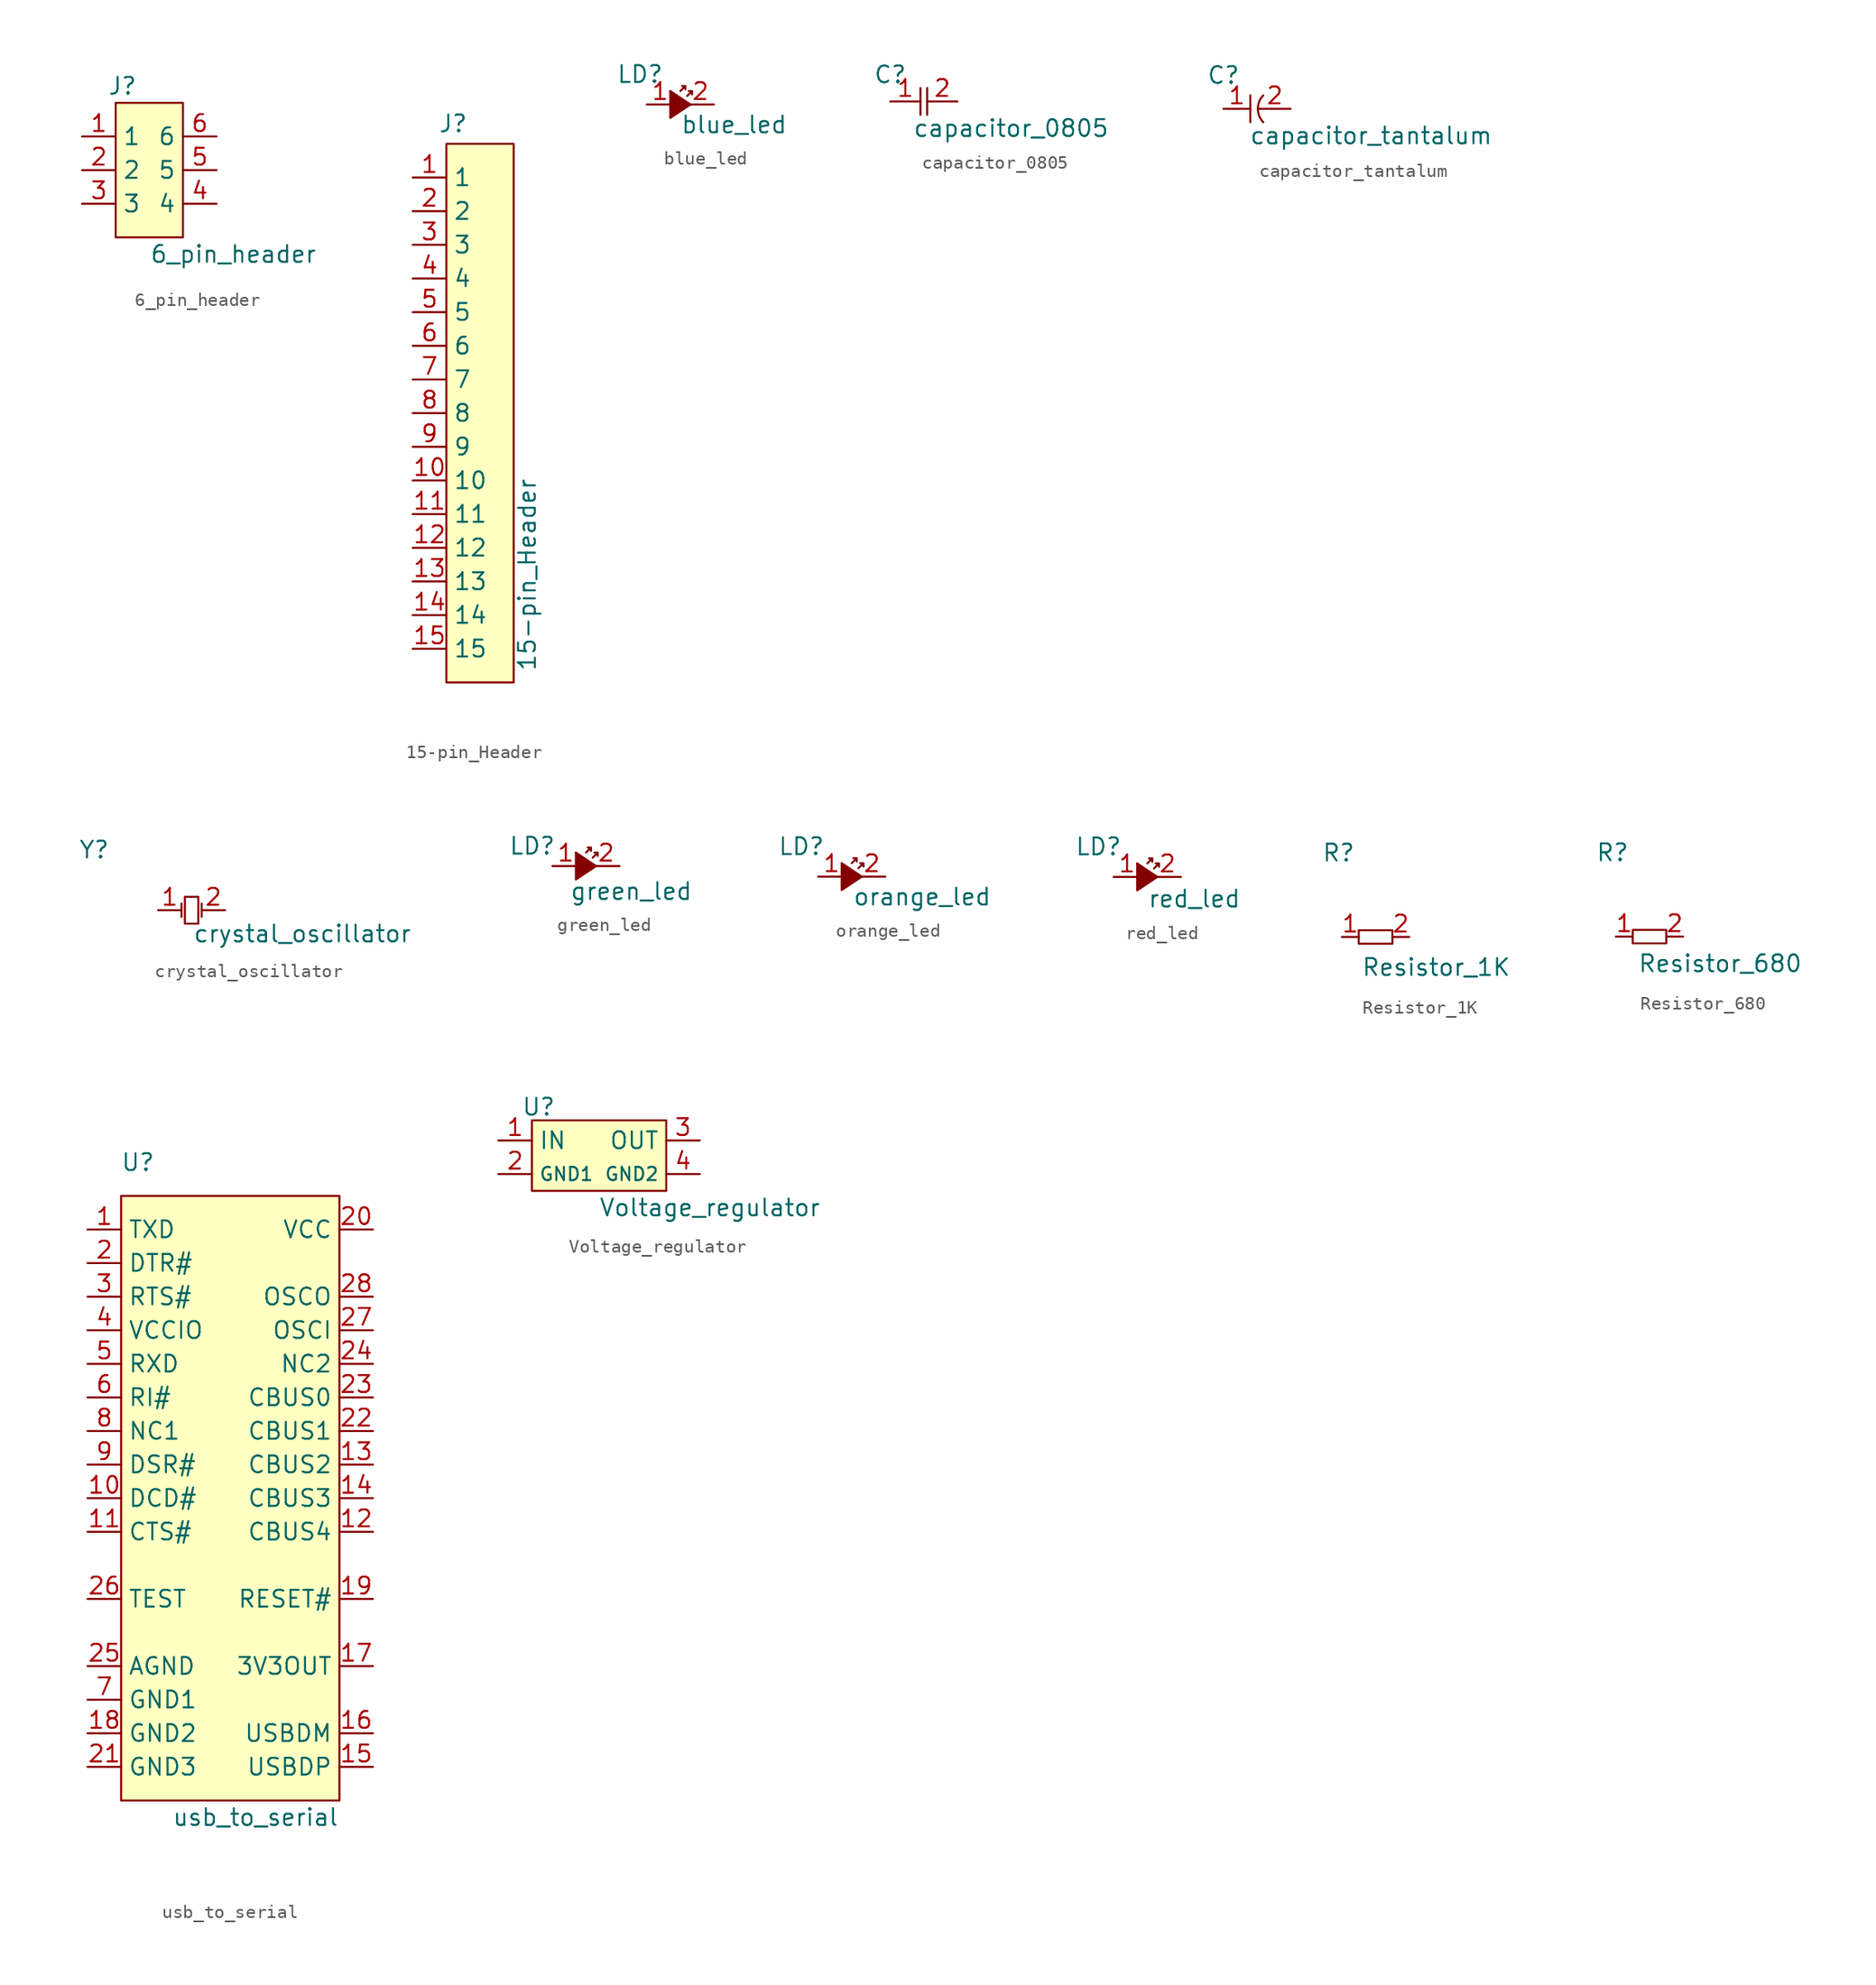
<source format=kicad_sym>
(kicad_symbol_lib
  (version 20211014)
  (generator kicad_symbol_editor)
  (symbol "6_pin_header"
    (property "Reference" "J"
      (at -2.032 6.35 0)
      (effects (font (size 1.27 1.27))))
    (property "Value" "6_pin_header"
      (at 6.35 -6.35 0)
      (effects (font (size 1.27 1.27))))
    (symbol "6_pin_header_0_1"
      (rectangle (start -2.54 5.08) (end 2.54 -5.08) (stroke (width 0) (type default) (color 0 0 0 0)) (fill (type background))))
    (symbol "6_pin_header_1_1"
      (pin bidirectional line (at -5.08 2.54 0) (length 2.54) (name "1" (effects (font (size 1.27 1.27)))) (number "1" (effects (font (size 1.27 1.27)))))
      (pin bidirectional line (at -5.08 0 0) (length 2.54) (name "2" (effects (font (size 1.27 1.27)))) (number "2" (effects (font (size 1.27 1.27)))))
      (pin bidirectional line (at -5.08 -2.54 0) (length 2.54) (name "3" (effects (font (size 1.27 1.27)))) (number "3" (effects (font (size 1.27 1.27)))))
      (pin bidirectional line (at 5.08 -2.54 180) (length 2.54) (name "4" (effects (font (size 1.27 1.27)))) (number "4" (effects (font (size 1.27 1.27)))))
      (pin bidirectional line (at 5.08 0 180) (length 2.54) (name "5" (effects (font (size 1.27 1.27)))) (number "5" (effects (font (size 1.27 1.27)))))
      (pin bidirectional line (at 5.08 2.54 180) (length 2.54) (name "6" (effects (font (size 1.27 1.27)))) (number "6" (effects (font (size 1.27 1.27)))))))
  (symbol "15-pin_Header"
    (property "Reference" "J"
      (at -0.762 21.844 0)
      (effects (font (size 1.27 1.27))))
    (property "Value" "15-pin_Header"
      (at 4.826 -12.192 90)
      (effects (font (size 1.27 1.27))))
    (symbol "15-pin_Header_0_1"
      (rectangle (start -1.27 20.32) (end 3.81 -20.32) (stroke (width 0) (type default) (color 0 0 0 0)) (fill (type background))))
    (symbol "15-pin_Header_1_1"
      (pin bidirectional line (at -3.81 17.78 0) (length 2.54) (name "1" (effects (font (size 1.27 1.27)))) (number "1" (effects (font (size 1.27 1.27)))))
      (pin bidirectional line (at -3.81 -5.08 0) (length 2.54) (name "10" (effects (font (size 1.27 1.27)))) (number "10" (effects (font (size 1.27 1.27)))))
      (pin bidirectional line (at -3.81 -7.62 0) (length 2.54) (name "11" (effects (font (size 1.27 1.27)))) (number "11" (effects (font (size 1.27 1.27)))))
      (pin bidirectional line (at -3.81 -10.16 0) (length 2.54) (name "12" (effects (font (size 1.27 1.27)))) (number "12" (effects (font (size 1.27 1.27)))))
      (pin bidirectional line (at -3.81 -12.7 0) (length 2.54) (name "13" (effects (font (size 1.27 1.27)))) (number "13" (effects (font (size 1.27 1.27)))))
      (pin bidirectional line (at -3.81 -15.24 0) (length 2.54) (name "14" (effects (font (size 1.27 1.27)))) (number "14" (effects (font (size 1.27 1.27)))))
      (pin bidirectional line (at -3.81 -17.78 0) (length 2.54) (name "15" (effects (font (size 1.27 1.27)))) (number "15" (effects (font (size 1.27 1.27)))))
      (pin bidirectional line (at -3.81 15.24 0) (length 2.54) (name "2" (effects (font (size 1.27 1.27)))) (number "2" (effects (font (size 1.27 1.27)))))
      (pin bidirectional line (at -3.81 12.7 0) (length 2.54) (name "3" (effects (font (size 1.27 1.27)))) (number "3" (effects (font (size 1.27 1.27)))))
      (pin bidirectional line (at -3.81 10.16 0) (length 2.54) (name "4" (effects (font (size 1.27 1.27)))) (number "4" (effects (font (size 1.27 1.27)))))
      (pin bidirectional line (at -3.81 7.62 0) (length 2.54) (name "5" (effects (font (size 1.27 1.27)))) (number "5" (effects (font (size 1.27 1.27)))))
      (pin bidirectional line (at -3.81 5.08 0) (length 2.54) (name "6" (effects (font (size 1.27 1.27)))) (number "6" (effects (font (size 1.27 1.27)))))
      (pin bidirectional line (at -3.81 2.54 0) (length 2.54) (name "7" (effects (font (size 1.27 1.27)))) (number "7" (effects (font (size 1.27 1.27)))))
      (pin bidirectional line (at -3.81 0 0) (length 2.54) (name "8" (effects (font (size 1.27 1.27)))) (number "8" (effects (font (size 1.27 1.27)))))
      (pin bidirectional line (at -3.81 -2.54 0) (length 2.54) (name "9" (effects (font (size 1.27 1.27)))) (number "9" (effects (font (size 1.27 1.27)))))))
  (symbol "blue_led"
    (property "Reference" "LD"
      (at -3.048 2.54 0)
      (effects (font (size 1.27 1.27))))
    (property "Value" "blue_led"
      (at 4.064 -1.27 0)
      (effects (font (size 1.27 1.27))))
    (symbol "blue_led_0_1"
      (polyline (pts (xy -0.762 1.27) (xy 0.762 0.254)) (stroke (width 0) (type default) (color 0 0 0 0)) (fill (type none)))
      (polyline (pts (xy -0.762 1.27) (xy -0.762 -0.762) (xy 0.762 0.254)) (stroke (width 0) (type default) (color 0 0 0 0)) (fill (type outline)))
      (polyline (pts (xy 0 1.27) (xy 0.381 1.651) (xy 0.127 1.651) (xy 0.381 1.651) (xy 0.381 1.397)) (stroke (width 0) (type default) (color 0 0 0 0)) (fill (type none)))
      (polyline (pts (xy 0.508 0.889) (xy 0.889 1.27) (xy 0.635 1.27) (xy 0.889 1.27) (xy 0.889 1.016)) (stroke (width 0) (type default) (color 0 0 0 0)) (fill (type none))))
    (symbol "blue_led_1_1"
      (pin bidirectional line (at -2.54 0.254 0) (length 2.032) (name "~" (effects (font (size 1.27 1.27)))) (number "1" (effects (font (size 1.27 1.27)))))
      (pin bidirectional line (at 2.54 0.254 180) (length 2.032) (name "~" (effects (font (size 1.27 1.27)))) (number "2" (effects (font (size 1.27 1.27)))))))
  (symbol "capacitor_0805"
    (property "Reference" "C"
      (at -2.54 2.032 0)
      (effects (font (size 1.27 1.27))))
    (property "Value" "capacitor_0805"
      (at 6.604 -2.032 0)
      (effects (font (size 1.27 1.27))))
    (symbol "capacitor_0805_0_1"
      (polyline (pts (xy -0.254 1.016) (xy -0.254 -1.016)) (stroke (width 0) (type default) (color 0 0 0 0)) (fill (type none)))
      (polyline (pts (xy 0.254 -1.016) (xy 0.254 1.016)) (stroke (width 0) (type default) (color 0 0 0 0)) (fill (type none))))
    (symbol "capacitor_0805_1_1"
      (pin bidirectional line (at -2.54 0 0) (length 2.286) (name "~" (effects (font (size 1.27 1.27)))) (number "1" (effects (font (size 1.27 1.27)))))
      (pin bidirectional line (at 2.54 0 180) (length 2.286) (name "~" (effects (font (size 1.27 1.27)))) (number "2" (effects (font (size 1.27 1.27)))))))
  (symbol "capacitor_tantalum"
    (property "Reference" "C"
      (at -2.54 2.54 0)
      (effects (font (size 1.27 1.27))))
    (property "Value" "capacitor_tantalum"
      (at 8.636 -2.032 0)
      (effects (font (size 1.27 1.27))))
    (symbol "capacitor_tantalum_0_1"
      (polyline (pts (xy -0.508 1.016) (xy -0.508 -1.016)) (stroke (width 0) (type default) (color 0 0 0 0)) (fill (type none)))
      (arc (start 0.4714 1.016) (mid 0.0622 0) (end 0.4714 -1.016) (stroke (width 0) (type default) (color 0 0 0 0)) (fill (type none))))
    (symbol "capacitor_tantalum_1_1"
      (pin bidirectional line (at -2.54 0 0) (length 2.032) (name "~" (effects (font (size 1.27 1.27)))) (number "1" (effects (font (size 1.27 1.27)))))
      (pin bidirectional line (at 2.54 0 180) (length 2.4) (name "~" (effects (font (size 1.27 1.27)))) (number "2" (effects (font (size 1.27 1.27)))))))
  (symbol "crystal_oscillator"
    (property "Reference" "Y"
      (at -7.366 4.572 0)
      (effects (font (size 1.27 1.27))))
    (property "Value" "crystal_oscillator"
      (at 8.382 -1.778 0)
      (effects (font (size 1.27 1.27))))
    (symbol "crystal_oscillator_0_1"
      (rectangle (start -0.508 1.016) (end 0.508 -1.016) (stroke (width 0) (type default) (color 0 0 0 0)) (fill (type none)))
      (polyline (pts (xy -0.762 0.508) (xy -0.762 -0.508)) (stroke (width 0) (type default) (color 0 0 0 0)) (fill (type none)))
      (polyline (pts (xy 0.762 0.508) (xy 0.762 -0.508)) (stroke (width 0) (type default) (color 0 0 0 0)) (fill (type none))))
    (symbol "crystal_oscillator_1_1"
      (pin bidirectional line (at -2.54 0 0) (length 1.778) (name "~" (effects (font (size 1.27 1.27)))) (number "1" (effects (font (size 1.27 1.27)))))
      (pin bidirectional line (at 2.54 0 180) (length 1.778) (name "~" (effects (font (size 1.27 1.27)))) (number "2" (effects (font (size 1.27 1.27)))))))
  (symbol "green_led"
    (property "Reference" "LD"
      (at -2.794 1.524 0)
      (effects (font (size 1.27 1.27))))
    (property "Value" "green_led"
      (at 4.699 -1.905 0)
      (effects (font (size 1.27 1.27))))
    (symbol "green_led_0_1"
      (polyline (pts (xy 0.508 1.016) (xy 2.032 0)) (stroke (width 0) (type default) (color 0 0 0 0)) (fill (type none)))
      (polyline (pts (xy 0.508 1.016) (xy 0.508 -1.016) (xy 2.032 0)) (stroke (width 0) (type default) (color 0 0 0 0)) (fill (type outline)))
      (polyline (pts (xy 1.27 1.016) (xy 1.651 1.397) (xy 1.397 1.397) (xy 1.651 1.397) (xy 1.651 1.143)) (stroke (width 0) (type default) (color 0 0 0 0)) (fill (type none)))
      (polyline (pts (xy 1.778 0.635) (xy 2.159 1.016) (xy 1.905 1.016) (xy 2.159 1.016) (xy 2.159 0.762)) (stroke (width 0) (type default) (color 0 0 0 0)) (fill (type none))))
    (symbol "green_led_1_1"
      (pin bidirectional line (at -1.27 0 0) (length 2.032) (name "~" (effects (font (size 1.27 1.27)))) (number "1" (effects (font (size 1.27 1.27)))))
      (pin bidirectional line (at 3.81 0 180) (length 2.032) (name "~" (effects (font (size 1.27 1.27)))) (number "2" (effects (font (size 1.27 1.27)))))))
  (symbol "orange_led"
    (property "Reference" "LD"
      (at -3.81 2.286 0)
      (effects (font (size 1.27 1.27))))
    (property "Value" "orange_led"
      (at 5.334 -1.524 0)
      (effects (font (size 1.27 1.27))))
    (symbol "orange_led_0_1"
      (polyline (pts (xy -0.762 1.016) (xy 0.762 0)) (stroke (width 0) (type default) (color 0 0 0 0)) (fill (type none)))
      (polyline (pts (xy -0.762 1.016) (xy -0.762 -1.016) (xy 0.762 0)) (stroke (width 0) (type default) (color 0 0 0 0)) (fill (type outline)))
      (polyline (pts (xy 0 1.016) (xy 0.381 1.397) (xy 0.127 1.397) (xy 0.381 1.397) (xy 0.381 1.143)) (stroke (width 0) (type default) (color 0 0 0 0)) (fill (type none)))
      (polyline (pts (xy 0.508 0.635) (xy 0.889 1.016) (xy 0.635 1.016) (xy 0.889 1.016) (xy 0.889 0.762)) (stroke (width 0) (type default) (color 0 0 0 0)) (fill (type none))))
    (symbol "orange_led_1_1"
      (pin bidirectional line (at -2.54 0 0) (length 2.032) (name "~" (effects (font (size 1.27 1.27)))) (number "1" (effects (font (size 1.27 1.27)))))
      (pin bidirectional line (at 2.54 0 180) (length 2.032) (name "~" (effects (font (size 1.27 1.27)))) (number "2" (effects (font (size 1.27 1.27)))))))
  (symbol "red_led"
    (property "Reference" "LD"
      (at -3.683 2.286 0)
      (effects (font (size 1.27 1.27))))
    (property "Value" "red_led"
      (at 3.556 -1.651 0)
      (effects (font (size 1.27 1.27))))
    (symbol "red_led_0_1"
      (polyline (pts (xy -0.762 1.016) (xy 0.762 0)) (stroke (width 0) (type default) (color 0 0 0 0)) (fill (type none)))
      (polyline (pts (xy -0.762 1.016) (xy -0.762 -1.016) (xy 0.762 0)) (stroke (width 0) (type default) (color 0 0 0 0)) (fill (type outline)))
      (polyline (pts (xy 0 1.016) (xy 0.381 1.397) (xy 0.127 1.397) (xy 0.381 1.397) (xy 0.381 1.143)) (stroke (width 0) (type default) (color 0 0 0 0)) (fill (type none)))
      (polyline (pts (xy 0.508 0.635) (xy 0.889 1.016) (xy 0.635 1.016) (xy 0.889 1.016) (xy 0.889 0.762)) (stroke (width 0) (type default) (color 0 0 0 0)) (fill (type none))))
    (symbol "red_led_1_1"
      (pin bidirectional line (at -2.54 0 0) (length 2.032) (name "~" (effects (font (size 1.27 1.27)))) (number "1" (effects (font (size 1.27 1.27)))))
      (pin bidirectional line (at 2.54 0 180) (length 2.032) (name "~" (effects (font (size 1.27 1.27)))) (number "2" (effects (font (size 1.27 1.27)))))))
  (symbol "Resistor_1K"
    (property "Reference" "R"
      (at -2.794 6.35 0)
      (effects (font (size 1.27 1.27))))
    (property "Value" "Resistor_1K"
      (at 4.572 -2.286 0)
      (effects (font (size 1.27 1.27))))
    (symbol "Resistor_1K_0_1"
      (rectangle (start -1.27 0.508) (end 1.27 -0.508) (stroke (width 0) (type default) (color 0 0 0 0)) (fill (type none))))
    (symbol "Resistor_1K_1_1"
      (pin input line (at -2.54 0 0) (length 1.27) (name "~" (effects (font (size 1.27 1.27)))) (number "1" (effects (font (size 1.27 1.27)))))
      (pin input line (at 2.54 0 180) (length 1.27) (name "~" (effects (font (size 1.27 1.27)))) (number "2" (effects (font (size 1.27 1.27)))))))
  (symbol "Resistor_680"
    (property "Reference" "R"
      (at -2.794 6.35 0)
      (effects (font (size 1.27 1.27))))
    (property "Value" "Resistor_680"
      (at 5.334 -2.032 0)
      (effects (font (size 1.27 1.27))))
    (symbol "Resistor_680_0_1"
      (rectangle (start -1.27 0.508) (end 1.27 -0.508) (stroke (width 0) (type default) (color 0 0 0 0)) (fill (type none))))
    (symbol "Resistor_680_1_1"
      (pin input line (at -2.54 0 0) (length 1.27) (name "~" (effects (font (size 1.27 1.27)))) (number "1" (effects (font (size 1.27 1.27)))))
      (pin input line (at 2.54 0 180) (length 1.27) (name "~" (effects (font (size 1.27 1.27)))) (number "2" (effects (font (size 1.27 1.27)))))))
  (symbol "usb_to_serial"
    (property "Reference" "U"
      (at -6.35 22.86 0)
      (effects (font (size 1.27 1.27))))
    (property "Value" "usb_to_serial"
      (at 2.54 -26.67 0)
      (effects (font (size 1.27 1.27))))
    (symbol "usb_to_serial_0_1"
      (rectangle (start -7.62 20.32) (end 8.89 -25.4) (stroke (width 0) (type default) (color 0 0 0 0)) (fill (type background))))
    (symbol "usb_to_serial_1_1"
      (pin bidirectional line (at -10.16 17.78 0) (length 2.54) (name "TXD" (effects (font (size 1.27 1.27)))) (number "1" (effects (font (size 1.27 1.27)))))
      (pin bidirectional line (at -10.16 -2.54 0) (length 2.54) (name "DCD#" (effects (font (size 1.27 1.27)))) (number "10" (effects (font (size 1.27 1.27)))))
      (pin bidirectional line (at -10.16 -5.08 0) (length 2.54) (name "CTS#" (effects (font (size 1.27 1.27)))) (number "11" (effects (font (size 1.27 1.27)))))
      (pin bidirectional line (at 11.43 -5.08 180) (length 2.54) (name "CBUS4" (effects (font (size 1.27 1.27)))) (number "12" (effects (font (size 1.27 1.27)))))
      (pin bidirectional line (at 11.43 0 180) (length 2.54) (name "CBUS2" (effects (font (size 1.27 1.27)))) (number "13" (effects (font (size 1.27 1.27)))))
      (pin bidirectional line (at 11.43 -2.54 180) (length 2.54) (name "CBUS3" (effects (font (size 1.27 1.27)))) (number "14" (effects (font (size 1.27 1.27)))))
      (pin bidirectional line (at 11.43 -22.86 180) (length 2.54) (name "USBDP" (effects (font (size 1.27 1.27)))) (number "15" (effects (font (size 1.27 1.27)))))
      (pin bidirectional line (at 11.43 -20.32 180) (length 2.54) (name "USBDM" (effects (font (size 1.27 1.27)))) (number "16" (effects (font (size 1.27 1.27)))))
      (pin bidirectional line (at 11.43 -15.24 180) (length 2.54) (name "3V3OUT" (effects (font (size 1.27 1.27)))) (number "17" (effects (font (size 1.27 1.27)))))
      (pin bidirectional line (at -10.16 -20.32 0) (length 2.54) (name "GND2" (effects (font (size 1.27 1.27)))) (number "18" (effects (font (size 1.27 1.27)))))
      (pin bidirectional line (at 11.43 -10.16 180) (length 2.54) (name "RESET#" (effects (font (size 1.27 1.27)))) (number "19" (effects (font (size 1.27 1.27)))))
      (pin bidirectional line (at -10.16 15.24 0) (length 2.54) (name "DTR#" (effects (font (size 1.27 1.27)))) (number "2" (effects (font (size 1.27 1.27)))))
      (pin bidirectional line (at 11.43 17.78 180) (length 2.54) (name "VCC" (effects (font (size 1.27 1.27)))) (number "20" (effects (font (size 1.27 1.27)))))
      (pin bidirectional line (at -10.16 -22.86 0) (length 2.54) (name "GND3" (effects (font (size 1.27 1.27)))) (number "21" (effects (font (size 1.27 1.27)))))
      (pin bidirectional line (at 11.43 2.54 180) (length 2.54) (name "CBUS1" (effects (font (size 1.27 1.27)))) (number "22" (effects (font (size 1.27 1.27)))))
      (pin bidirectional line (at 11.43 5.08 180) (length 2.54) (name "CBUS0" (effects (font (size 1.27 1.27)))) (number "23" (effects (font (size 1.27 1.27)))))
      (pin bidirectional line (at 11.43 7.62 180) (length 2.54) (name "NC2" (effects (font (size 1.27 1.27)))) (number "24" (effects (font (size 1.27 1.27)))))
      (pin bidirectional line (at -10.16 -15.24 0) (length 2.54) (name "AGND" (effects (font (size 1.27 1.27)))) (number "25" (effects (font (size 1.27 1.27)))))
      (pin bidirectional line (at -10.16 -10.16 0) (length 2.54) (name "TEST" (effects (font (size 1.27 1.27)))) (number "26" (effects (font (size 1.27 1.27)))))
      (pin bidirectional line (at 11.43 10.16 180) (length 2.54) (name "OSCI" (effects (font (size 1.27 1.27)))) (number "27" (effects (font (size 1.27 1.27)))))
      (pin bidirectional line (at 11.43 12.7 180) (length 2.54) (name "OSCO" (effects (font (size 1.27 1.27)))) (number "28" (effects (font (size 1.27 1.27)))))
      (pin bidirectional line (at -10.16 12.7 0) (length 2.54) (name "RTS#" (effects (font (size 1.27 1.27)))) (number "3" (effects (font (size 1.27 1.27)))))
      (pin bidirectional line (at -10.16 10.16 0) (length 2.54) (name "VCCIO" (effects (font (size 1.27 1.27)))) (number "4" (effects (font (size 1.27 1.27)))))
      (pin bidirectional line (at -10.16 7.62 0) (length 2.54) (name "RXD" (effects (font (size 1.27 1.27)))) (number "5" (effects (font (size 1.27 1.27)))))
      (pin bidirectional line (at -10.16 5.08 0) (length 2.54) (name "RI#" (effects (font (size 1.27 1.27)))) (number "6" (effects (font (size 1.27 1.27)))))
      (pin bidirectional line (at -10.16 -17.78 0) (length 2.54) (name "GND1" (effects (font (size 1.27 1.27)))) (number "7" (effects (font (size 1.27 1.27)))))
      (pin bidirectional line (at -10.16 2.54 0) (length 2.54) (name "NC1" (effects (font (size 1.27 1.27)))) (number "8" (effects (font (size 1.27 1.27)))))
      (pin bidirectional line (at -10.16 0 0) (length 2.54) (name "DSR#" (effects (font (size 1.27 1.27)))) (number "9" (effects (font (size 1.27 1.27)))))))
  (symbol "Voltage_regulator"
    (property "Reference" "U"
      (at -4.572 5.08 0)
      (effects (font (size 1.27 1.27))))
    (property "Value" "Voltage_regulator"
      (at 8.382 -2.54 0)
      (effects (font (size 1.27 1.27))))
    (symbol "Voltage_regulator_0_1"
      (rectangle (start -5.08 4.064) (end 5.08 -1.27) (stroke (width 0) (type default) (color 0 0 0 0)) (fill (type background))))
    (symbol "Voltage_regulator_1_1"
      (pin bidirectional line (at -7.62 2.54 0) (length 2.54) (name "IN" (effects (font (size 1.27 1.27)))) (number "1" (effects (font (size 1.27 1.27)))))
      (pin bidirectional line (at -7.62 0 0) (length 2.54) (name "GND1" (effects (font (size 1 1)))) (number "2" (effects (font (size 1.27 1.27)))))
      (pin bidirectional line (at 7.62 2.54 180) (length 2.54) (name "OUT" (effects (font (size 1.27 1.27)))) (number "3" (effects (font (size 1.27 1.27)))))
      (pin bidirectional line (at 7.62 0 180) (length 2.54) (name "GND2" (effects (font (size 1 1)))) (number "4" (effects (font (size 1.27 1.27))))))))
</source>
